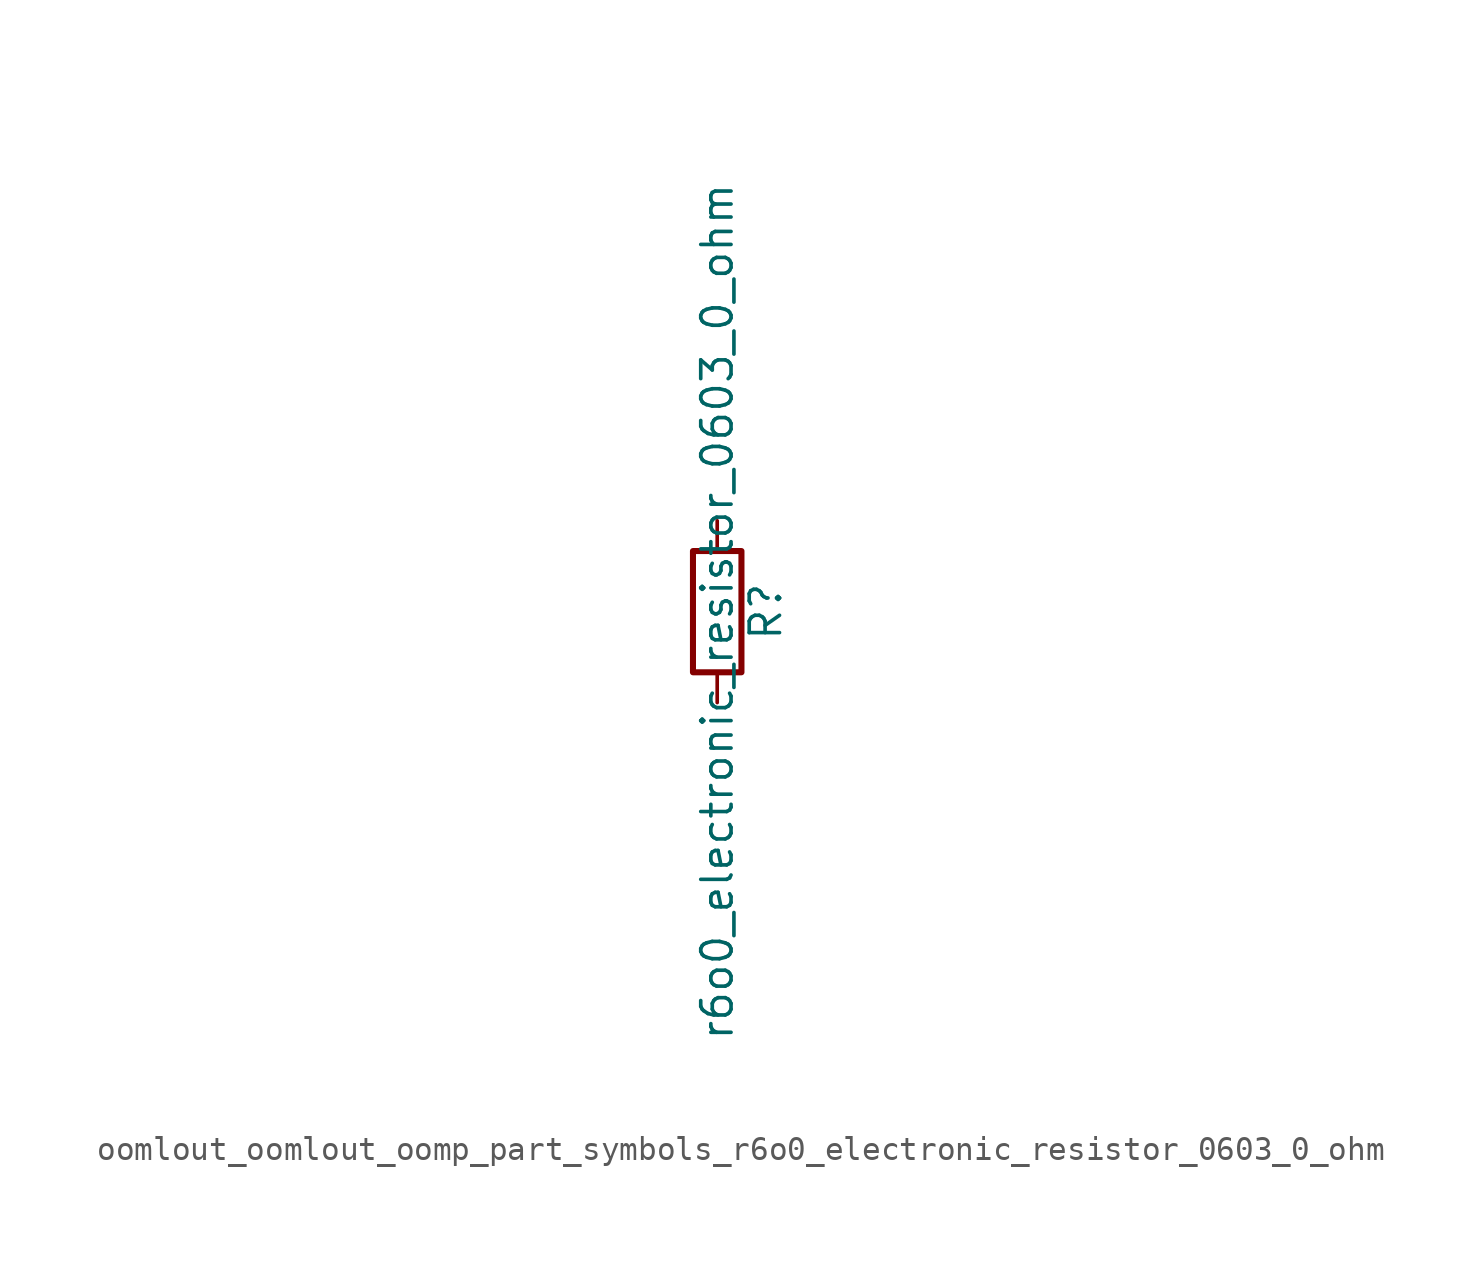
<source format=kicad_sym>
(kicad_symbol_lib
  (version 20220914)
  (generator kicad_symbol_editor)
  (symbol "oomlout_oomlout_oomp_part_symbols_r6o0_electronic_resistor_0603_0_ohm"
    (pin_numbers hide)
    (pin_names
      (offset 0))
    (property "Reference" "R"
      (at 2.032 0 90)
      (effects (font (size 1.27 1.27))))
    (property "Value" "r6o0_electronic_resistor_0603_0_ohm"
      (at 0 0 90)
      (effects (font (size 1.27 1.27))))
    (symbol "oomlout_oomlout_oomp_part_symbols_r6o0_electronic_resistor_0603_0_ohm_0_1"
      (rectangle (start -1.016 -2.54) (end 1.016 2.54) (stroke (width 0.254) (type default)) (fill (type none))))
    (symbol "oomlout_oomlout_oomp_part_symbols_r6o0_electronic_resistor_0603_0_ohm_1_1"
      (pin passive line (at 0 3.81 270) (length 1.27) (name "~" (effects (font (size 1.27 1.27)))) (number "1" (effects (font (size 1.27 1.27)))))
      (pin passive line (at 0 -3.81 90) (length 1.27) (name "~" (effects (font (size 1.27 1.27)))) (number "2" (effects (font (size 1.27 1.27))))))))
</source>
